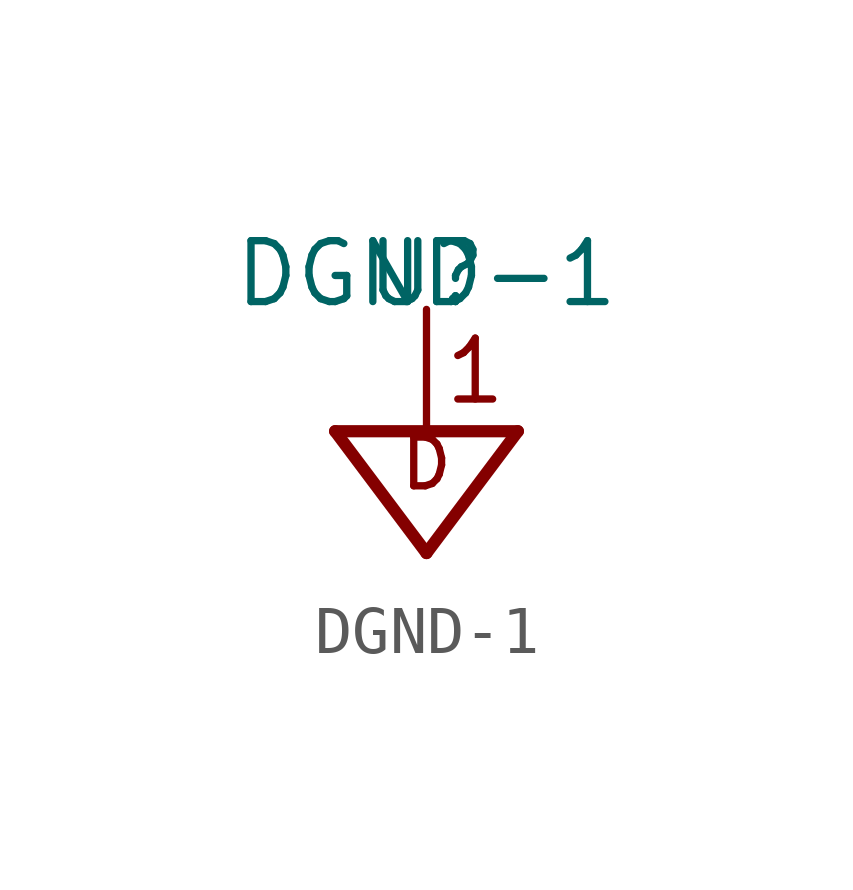
<source format=kicad_sym>
(kicad_symbol_lib
  (version 20211014)
  (generator kicad_symbol_editor)
  (symbol "DGND-1"
    (pin_names
      (offset 1.016))
    (property "Reference" "U"
      (at 0 0 0)
      (effects (font (size 1.27 1.27)) (justify bottom)))
    (property "Value" "DGND-1"
      (at 0 0.0 0)
      (effects (font (size 1.27 1.27)) (justify bottom)))
    (symbol "DGND-1_0_0"
      (polyline (pts (xy 1.905 -2.54) (xy 0.0 -5.08)) (stroke (width 0.254)))
      (polyline (pts (xy 0.0 -5.08) (xy -1.905 -2.54)) (stroke (width 0.254)))
      (polyline (pts (xy -1.905 -2.54) (xy 1.905 -2.54)) (stroke (width 0.254)))
      (text "D" (at 0.0 -3.81 0) (effects (font (size 1.016 1.016)) (justify bottom)))
      (text "1" (at 1.016 -2.032 0) (effects (font (size 1.27 1.27)) (justify bottom)))
      (pin power_in line (at 0.0 0.0 270.0) (length 2.54) (name "~" (effects (font (size 1.016 1.016)))) (number "~" (effects (font (size 1.016 1.016))))))))
</source>
